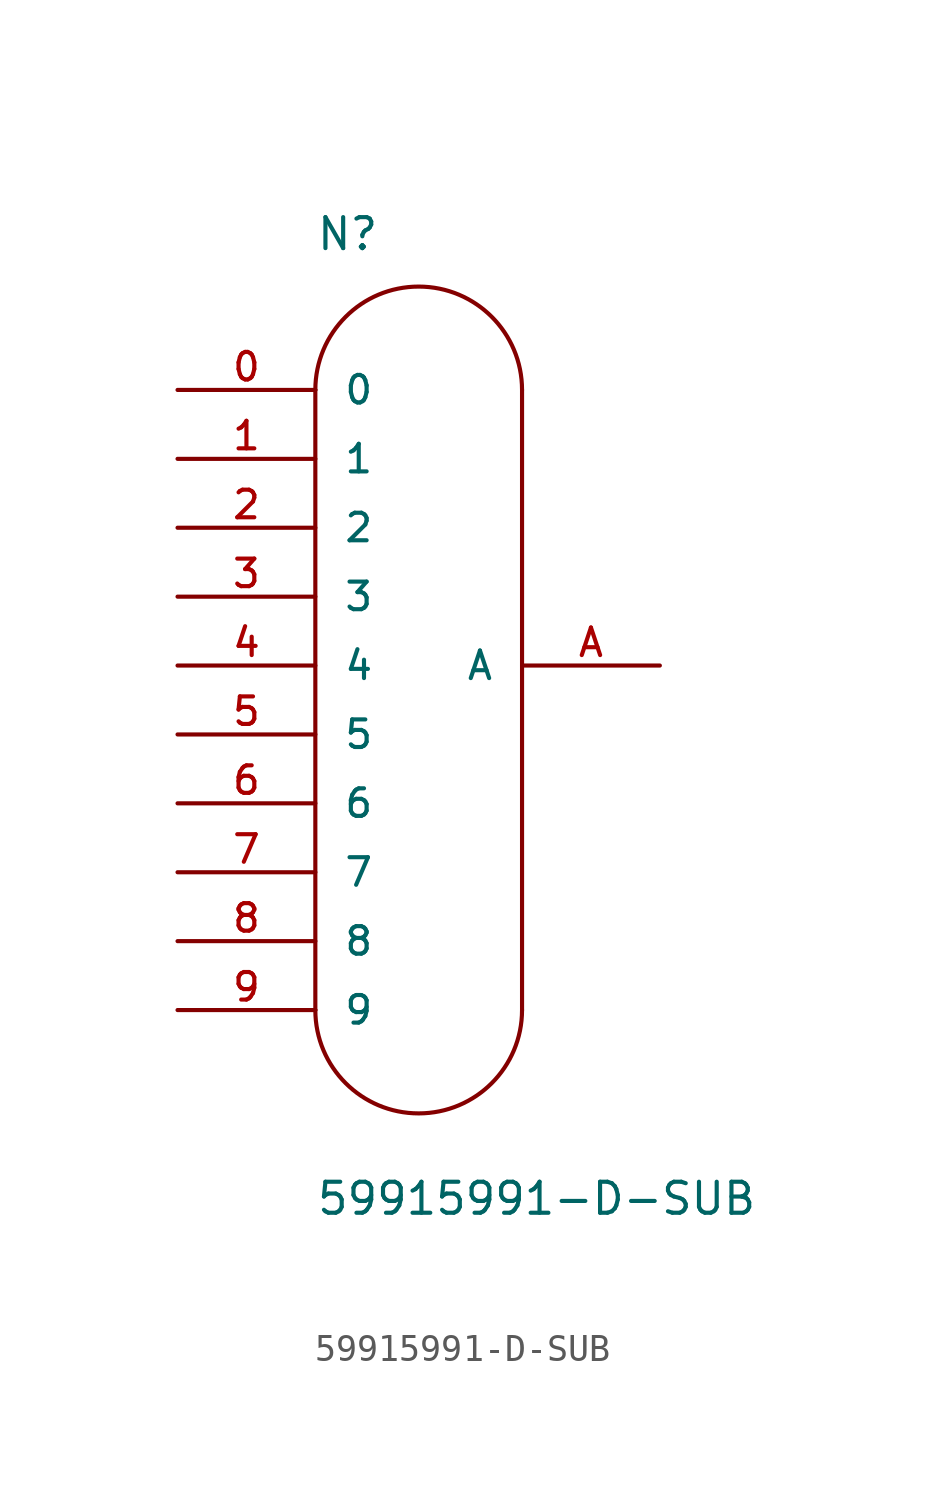
<source format=kicad_sym>
(kicad_symbol_lib
  (version 20211014)
  (generator kicad_symbol_editor)
  (symbol "59915991-D-SUB"
    (pin_names
      (offset 1.016))
    (property "Reference" "N"
      (at -22.86 12.7 0)
      (effects (font (size 1.143 1.143)) (justify left bottom)))
    (property "Value" "59915991-D-SUB"
      (at -22.86 -22.86 0)
      (effects (font (size 1.143 1.143)) (justify left bottom)))
    (property "ki_locked" ""
      (at 0 0 0)
      (effects (font (size 1.27 1.27))))
    (symbol "59915991-D-SUB_1_0"
      (polyline (pts (xy -22.86 7.62) (xy -22.86 -15.24)) (stroke (width 0) (type default) (color 0 0 0 0)) (fill (type none)))
      (polyline (pts (xy -15.24 7.62) (xy -15.24 -15.24)) (stroke (width 0) (type default) (color 0 0 0 0)) (fill (type none))))
    (symbol "59915991-D-SUB_1_1"
      (arc (start -22.86 -15.24) (mid -19.05 -19.05) (end -15.24 -15.24) (stroke (width 0) (type default) (color 0 0 0 0)) (fill (type none)))
      (arc (start -15.24 7.62) (mid -19.05 11.43) (end -22.86 7.62) (stroke (width 0) (type default) (color 0 0 0 0)) (fill (type none)))
      (pin passive line (at -27.94 7.62 0) (length 5.08) (name "0" (effects (font (size 1.016 1.016)))) (number "0" (effects (font (size 1.016 1.016)))))
      (pin passive line (at -27.94 5.08 0) (length 5.08) (name "1" (effects (font (size 1.016 1.016)))) (number "1" (effects (font (size 1.016 1.016)))))
      (pin passive line (at -27.94 2.54 0) (length 5.08) (name "2" (effects (font (size 1.016 1.016)))) (number "2" (effects (font (size 1.016 1.016)))))
      (pin passive line (at -27.94 0 0) (length 5.08) (name "3" (effects (font (size 1.016 1.016)))) (number "3" (effects (font (size 1.016 1.016)))))
      (pin passive line (at -27.94 -2.54 0) (length 5.08) (name "4" (effects (font (size 1.016 1.016)))) (number "4" (effects (font (size 1.016 1.016)))))
      (pin passive line (at -27.94 -5.08 0) (length 5.08) (name "5" (effects (font (size 1.016 1.016)))) (number "5" (effects (font (size 1.016 1.016)))))
      (pin passive line (at -27.94 -7.62 0) (length 5.08) (name "6" (effects (font (size 1.016 1.016)))) (number "6" (effects (font (size 1.016 1.016)))))
      (pin passive line (at -27.94 -10.16 0) (length 5.08) (name "7" (effects (font (size 1.016 1.016)))) (number "7" (effects (font (size 1.016 1.016)))))
      (pin passive line (at -27.94 -12.7 0) (length 5.08) (name "8" (effects (font (size 1.016 1.016)))) (number "8" (effects (font (size 1.016 1.016)))))
      (pin passive line (at -27.94 -15.24 0) (length 5.08) (name "9" (effects (font (size 1.016 1.016)))) (number "9" (effects (font (size 1.016 1.016)))))
      (pin passive line (at -10.16 -2.54 180) (length 5.08) (name "A" (effects (font (size 1.016 1.016)))) (number "A" (effects (font (size 1.016 1.016))))))))
</source>
